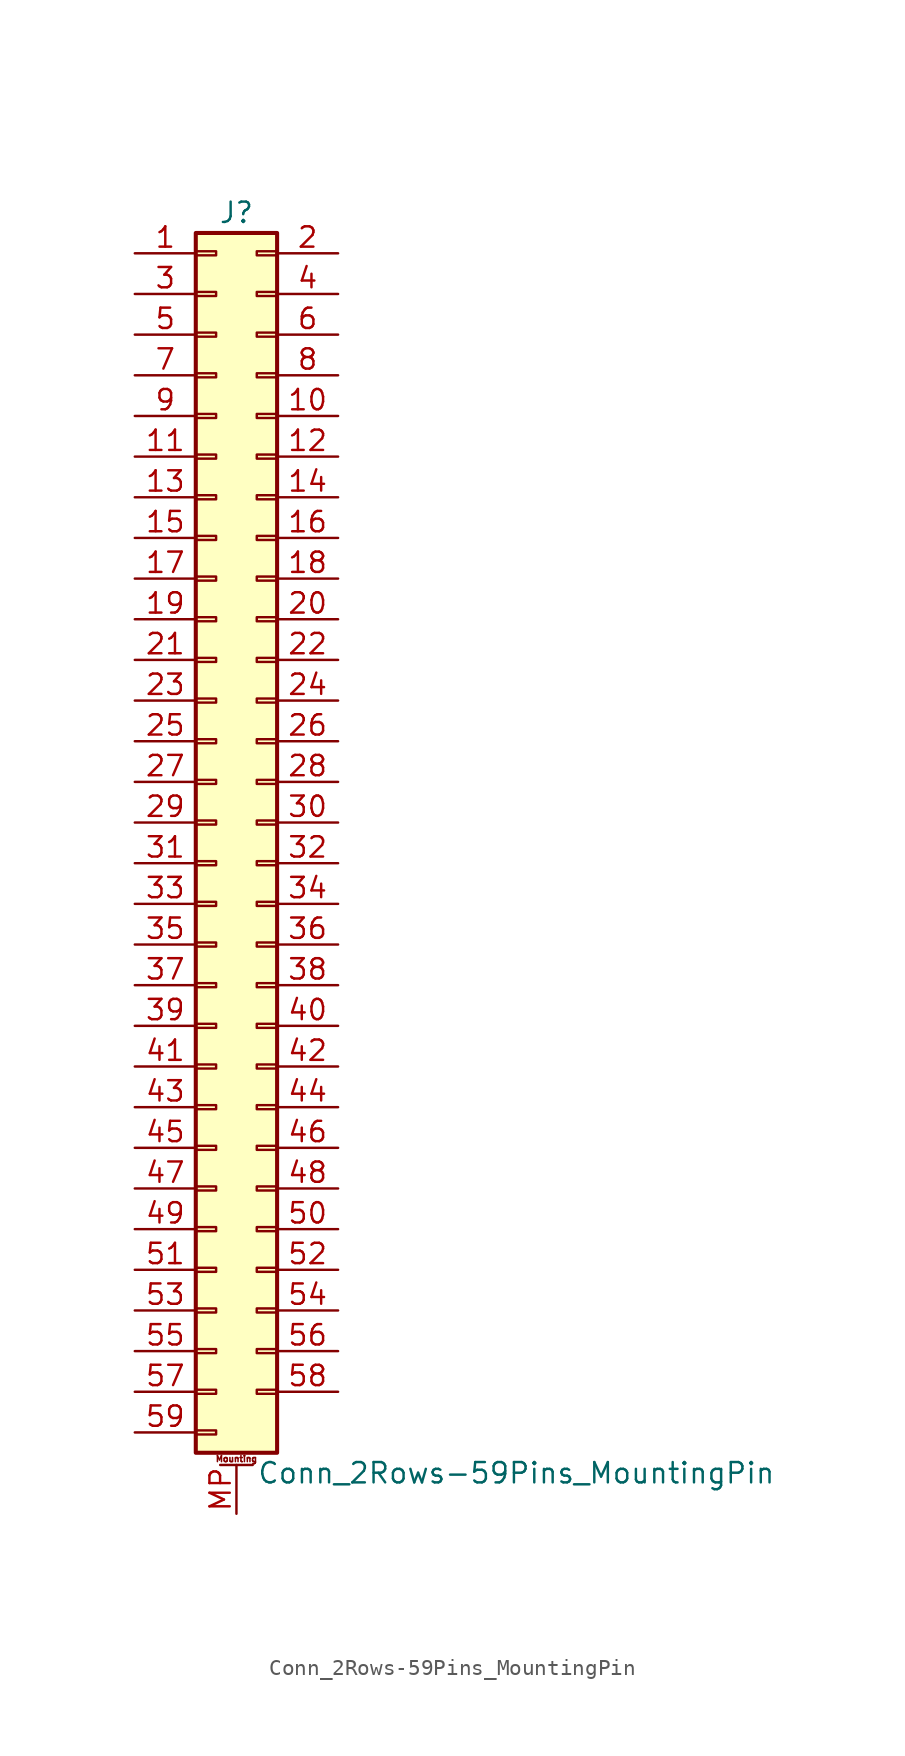
<source format=kicad_sym>
(kicad_symbol_lib
  (version 20200908)
  (generator kicad_symbol_editor)
  (symbol "Connector_Generic_MountingPin:Conn_2Rows-59Pins_MountingPin"
    (pin_names
      (offset 1.016) hide)
    (property "Reference" "J"
      (at 1.27 38.1 0)
      (effects (font (size 1.27 1.27))))
    (property "Value" "Conn_2Rows-59Pins_MountingPin"
      (at 2.54 -40.64 0)
      (effects (font (size 1.27 1.27)) (justify left)))
    (symbol "Conn_2Rows-59Pins_MountingPin_1_1"
      (text "Mounting" (at 1.27 -39.751 0) (effects (font (size 0.381 0.381))))
      (rectangle (start -1.27 -27.813) (end 0 -28.067) (stroke (width 0.152)) (fill (type none)))
      (rectangle (start -1.27 -30.353) (end 0 -30.607) (stroke (width 0.152)) (fill (type none)))
      (rectangle (start -1.27 -32.893) (end 0 -33.147) (stroke (width 0.152)) (fill (type none)))
      (rectangle (start -1.27 -35.433) (end 0 -35.687) (stroke (width 0.152)) (fill (type none)))
      (rectangle (start -1.27 -37.973) (end 0 -38.227) (stroke (width 0.152)) (fill (type none)))
      (rectangle (start -1.27 -4.953) (end 0 -5.207) (stroke (width 0.152)) (fill (type none)))
      (rectangle (start -1.27 -7.493) (end 0 -7.747) (stroke (width 0.152)) (fill (type none)))
      (rectangle (start -1.27 -10.033) (end 0 -10.287) (stroke (width 0.152)) (fill (type none)))
      (rectangle (start -1.27 -12.573) (end 0 -12.827) (stroke (width 0.152)) (fill (type none)))
      (rectangle (start -1.27 -15.113) (end 0 -15.367) (stroke (width 0.152)) (fill (type none)))
      (rectangle (start -1.27 -17.653) (end 0 -17.907) (stroke (width 0.152)) (fill (type none)))
      (rectangle (start -1.27 -20.193) (end 0 -20.447) (stroke (width 0.152)) (fill (type none)))
      (rectangle (start -1.27 -22.733) (end 0 -22.987) (stroke (width 0.152)) (fill (type none)))
      (rectangle (start -1.27 -2.413) (end 0 -2.667) (stroke (width 0.152)) (fill (type none)))
      (rectangle (start -1.27 -25.273) (end 0 -25.527) (stroke (width 0.152)) (fill (type none)))
      (rectangle (start -1.27 25.527) (end 0 25.273) (stroke (width 0.152)) (fill (type none)))
      (rectangle (start -1.27 2.667) (end 0 2.413) (stroke (width 0.152)) (fill (type none)))
      (rectangle (start -1.27 28.067) (end 0 27.813) (stroke (width 0.152)) (fill (type none)))
      (rectangle (start -1.27 30.607) (end 0 30.353) (stroke (width 0.152)) (fill (type none)))
      (rectangle (start -1.27 33.147) (end 0 32.893) (stroke (width 0.152)) (fill (type none)))
      (rectangle (start -1.27 35.687) (end 0 35.433) (stroke (width 0.152)) (fill (type none)))
      (rectangle (start -1.27 36.83) (end 3.81 -39.37) (stroke (width 0.254)) (fill (type background)))
      (rectangle (start -1.27 5.207) (end 0 4.953) (stroke (width 0.152)) (fill (type none)))
      (rectangle (start -1.27 7.747) (end 0 7.493) (stroke (width 0.152)) (fill (type none)))
      (rectangle (start -1.27 10.287) (end 0 10.033) (stroke (width 0.152)) (fill (type none)))
      (rectangle (start -1.27 0.127) (end 0 -0.127) (stroke (width 0.152)) (fill (type none)))
      (rectangle (start -1.27 12.827) (end 0 12.573) (stroke (width 0.152)) (fill (type none)))
      (rectangle (start -1.27 15.367) (end 0 15.113) (stroke (width 0.152)) (fill (type none)))
      (rectangle (start -1.27 17.907) (end 0 17.653) (stroke (width 0.152)) (fill (type none)))
      (rectangle (start -1.27 20.447) (end 0 20.193) (stroke (width 0.152)) (fill (type none)))
      (rectangle (start -1.27 22.987) (end 0 22.733) (stroke (width 0.152)) (fill (type none)))
      (rectangle (start 3.81 -27.813) (end 2.54 -28.067) (stroke (width 0.152)) (fill (type none)))
      (rectangle (start 3.81 -30.353) (end 2.54 -30.607) (stroke (width 0.152)) (fill (type none)))
      (rectangle (start 3.81 -32.893) (end 2.54 -33.147) (stroke (width 0.152)) (fill (type none)))
      (rectangle (start 3.81 -35.433) (end 2.54 -35.687) (stroke (width 0.152)) (fill (type none)))
      (rectangle (start 3.81 -4.953) (end 2.54 -5.207) (stroke (width 0.152)) (fill (type none)))
      (rectangle (start 3.81 -7.493) (end 2.54 -7.747) (stroke (width 0.152)) (fill (type none)))
      (rectangle (start 3.81 -10.033) (end 2.54 -10.287) (stroke (width 0.152)) (fill (type none)))
      (rectangle (start 3.81 -12.573) (end 2.54 -12.827) (stroke (width 0.152)) (fill (type none)))
      (rectangle (start 3.81 -15.113) (end 2.54 -15.367) (stroke (width 0.152)) (fill (type none)))
      (rectangle (start 3.81 -17.653) (end 2.54 -17.907) (stroke (width 0.152)) (fill (type none)))
      (rectangle (start 3.81 -20.193) (end 2.54 -20.447) (stroke (width 0.152)) (fill (type none)))
      (rectangle (start 3.81 -22.733) (end 2.54 -22.987) (stroke (width 0.152)) (fill (type none)))
      (rectangle (start 3.81 -2.413) (end 2.54 -2.667) (stroke (width 0.152)) (fill (type none)))
      (rectangle (start 3.81 -25.273) (end 2.54 -25.527) (stroke (width 0.152)) (fill (type none)))
      (rectangle (start 3.81 25.527) (end 2.54 25.273) (stroke (width 0.152)) (fill (type none)))
      (rectangle (start 3.81 2.667) (end 2.54 2.413) (stroke (width 0.152)) (fill (type none)))
      (rectangle (start 3.81 28.067) (end 2.54 27.813) (stroke (width 0.152)) (fill (type none)))
      (rectangle (start 3.81 30.607) (end 2.54 30.353) (stroke (width 0.152)) (fill (type none)))
      (rectangle (start 3.81 33.147) (end 2.54 32.893) (stroke (width 0.152)) (fill (type none)))
      (rectangle (start 3.81 35.687) (end 2.54 35.433) (stroke (width 0.152)) (fill (type none)))
      (rectangle (start 3.81 5.207) (end 2.54 4.953) (stroke (width 0.152)) (fill (type none)))
      (rectangle (start 3.81 7.747) (end 2.54 7.493) (stroke (width 0.152)) (fill (type none)))
      (rectangle (start 3.81 10.287) (end 2.54 10.033) (stroke (width 0.152)) (fill (type none)))
      (rectangle (start 3.81 0.127) (end 2.54 -0.127) (stroke (width 0.152)) (fill (type none)))
      (rectangle (start 3.81 12.827) (end 2.54 12.573) (stroke (width 0.152)) (fill (type none)))
      (rectangle (start 3.81 15.367) (end 2.54 15.113) (stroke (width 0.152)) (fill (type none)))
      (rectangle (start 3.81 17.907) (end 2.54 17.653) (stroke (width 0.152)) (fill (type none)))
      (rectangle (start 3.81 20.447) (end 2.54 20.193) (stroke (width 0.152)) (fill (type none)))
      (rectangle (start 3.81 22.987) (end 2.54 22.733) (stroke (width 0.152)) (fill (type none)))
      (polyline (pts (xy 0.254 -40.132) (xy 2.286 -40.132)) (stroke (width 0.152)) (fill (type none)))
      (pin passive line (at 1.27 -43.18 90) (length 3.048) (name "MountPin" (effects (font (size 1.27 1.27)))) (number "MP" (effects (font (size 1.27 1.27)))))
      (pin passive line (at -5.08 35.56 0) (length 3.81) (name "Pin_1" (effects (font (size 1.27 1.27)))) (number "1" (effects (font (size 1.27 1.27)))))
      (pin passive line (at 7.62 25.4 180) (length 3.81) (name "Pin_10" (effects (font (size 1.27 1.27)))) (number "10" (effects (font (size 1.27 1.27)))))
      (pin passive line (at -5.08 22.86 0) (length 3.81) (name "Pin_11" (effects (font (size 1.27 1.27)))) (number "11" (effects (font (size 1.27 1.27)))))
      (pin passive line (at 7.62 22.86 180) (length 3.81) (name "Pin_12" (effects (font (size 1.27 1.27)))) (number "12" (effects (font (size 1.27 1.27)))))
      (pin passive line (at -5.08 20.32 0) (length 3.81) (name "Pin_13" (effects (font (size 1.27 1.27)))) (number "13" (effects (font (size 1.27 1.27)))))
      (pin passive line (at 7.62 20.32 180) (length 3.81) (name "Pin_14" (effects (font (size 1.27 1.27)))) (number "14" (effects (font (size 1.27 1.27)))))
      (pin passive line (at -5.08 17.78 0) (length 3.81) (name "Pin_15" (effects (font (size 1.27 1.27)))) (number "15" (effects (font (size 1.27 1.27)))))
      (pin passive line (at 7.62 17.78 180) (length 3.81) (name "Pin_16" (effects (font (size 1.27 1.27)))) (number "16" (effects (font (size 1.27 1.27)))))
      (pin passive line (at -5.08 15.24 0) (length 3.81) (name "Pin_17" (effects (font (size 1.27 1.27)))) (number "17" (effects (font (size 1.27 1.27)))))
      (pin passive line (at 7.62 15.24 180) (length 3.81) (name "Pin_18" (effects (font (size 1.27 1.27)))) (number "18" (effects (font (size 1.27 1.27)))))
      (pin passive line (at -5.08 12.7 0) (length 3.81) (name "Pin_19" (effects (font (size 1.27 1.27)))) (number "19" (effects (font (size 1.27 1.27)))))
      (pin passive line (at 7.62 35.56 180) (length 3.81) (name "Pin_2" (effects (font (size 1.27 1.27)))) (number "2" (effects (font (size 1.27 1.27)))))
      (pin passive line (at 7.62 12.7 180) (length 3.81) (name "Pin_20" (effects (font (size 1.27 1.27)))) (number "20" (effects (font (size 1.27 1.27)))))
      (pin passive line (at -5.08 10.16 0) (length 3.81) (name "Pin_21" (effects (font (size 1.27 1.27)))) (number "21" (effects (font (size 1.27 1.27)))))
      (pin passive line (at 7.62 10.16 180) (length 3.81) (name "Pin_22" (effects (font (size 1.27 1.27)))) (number "22" (effects (font (size 1.27 1.27)))))
      (pin passive line (at -5.08 7.62 0) (length 3.81) (name "Pin_23" (effects (font (size 1.27 1.27)))) (number "23" (effects (font (size 1.27 1.27)))))
      (pin passive line (at 7.62 7.62 180) (length 3.81) (name "Pin_24" (effects (font (size 1.27 1.27)))) (number "24" (effects (font (size 1.27 1.27)))))
      (pin passive line (at -5.08 5.08 0) (length 3.81) (name "Pin_25" (effects (font (size 1.27 1.27)))) (number "25" (effects (font (size 1.27 1.27)))))
      (pin passive line (at 7.62 5.08 180) (length 3.81) (name "Pin_26" (effects (font (size 1.27 1.27)))) (number "26" (effects (font (size 1.27 1.27)))))
      (pin passive line (at -5.08 2.54 0) (length 3.81) (name "Pin_27" (effects (font (size 1.27 1.27)))) (number "27" (effects (font (size 1.27 1.27)))))
      (pin passive line (at 7.62 2.54 180) (length 3.81) (name "Pin_28" (effects (font (size 1.27 1.27)))) (number "28" (effects (font (size 1.27 1.27)))))
      (pin passive line (at -5.08 0 0) (length 3.81) (name "Pin_29" (effects (font (size 1.27 1.27)))) (number "29" (effects (font (size 1.27 1.27)))))
      (pin passive line (at -5.08 33.02 0) (length 3.81) (name "Pin_3" (effects (font (size 1.27 1.27)))) (number "3" (effects (font (size 1.27 1.27)))))
      (pin passive line (at 7.62 0 180) (length 3.81) (name "Pin_30" (effects (font (size 1.27 1.27)))) (number "30" (effects (font (size 1.27 1.27)))))
      (pin passive line (at -5.08 -2.54 0) (length 3.81) (name "Pin_31" (effects (font (size 1.27 1.27)))) (number "31" (effects (font (size 1.27 1.27)))))
      (pin passive line (at 7.62 -2.54 180) (length 3.81) (name "Pin_32" (effects (font (size 1.27 1.27)))) (number "32" (effects (font (size 1.27 1.27)))))
      (pin passive line (at -5.08 -5.08 0) (length 3.81) (name "Pin_33" (effects (font (size 1.27 1.27)))) (number "33" (effects (font (size 1.27 1.27)))))
      (pin passive line (at 7.62 -5.08 180) (length 3.81) (name "Pin_34" (effects (font (size 1.27 1.27)))) (number "34" (effects (font (size 1.27 1.27)))))
      (pin passive line (at -5.08 -7.62 0) (length 3.81) (name "Pin_35" (effects (font (size 1.27 1.27)))) (number "35" (effects (font (size 1.27 1.27)))))
      (pin passive line (at 7.62 -7.62 180) (length 3.81) (name "Pin_36" (effects (font (size 1.27 1.27)))) (number "36" (effects (font (size 1.27 1.27)))))
      (pin passive line (at -5.08 -10.16 0) (length 3.81) (name "Pin_37" (effects (font (size 1.27 1.27)))) (number "37" (effects (font (size 1.27 1.27)))))
      (pin passive line (at 7.62 -10.16 180) (length 3.81) (name "Pin_38" (effects (font (size 1.27 1.27)))) (number "38" (effects (font (size 1.27 1.27)))))
      (pin passive line (at -5.08 -12.7 0) (length 3.81) (name "Pin_39" (effects (font (size 1.27 1.27)))) (number "39" (effects (font (size 1.27 1.27)))))
      (pin passive line (at 7.62 33.02 180) (length 3.81) (name "Pin_4" (effects (font (size 1.27 1.27)))) (number "4" (effects (font (size 1.27 1.27)))))
      (pin passive line (at 7.62 -12.7 180) (length 3.81) (name "Pin_40" (effects (font (size 1.27 1.27)))) (number "40" (effects (font (size 1.27 1.27)))))
      (pin passive line (at -5.08 -15.24 0) (length 3.81) (name "Pin_41" (effects (font (size 1.27 1.27)))) (number "41" (effects (font (size 1.27 1.27)))))
      (pin passive line (at 7.62 -15.24 180) (length 3.81) (name "Pin_42" (effects (font (size 1.27 1.27)))) (number "42" (effects (font (size 1.27 1.27)))))
      (pin passive line (at -5.08 -17.78 0) (length 3.81) (name "Pin_43" (effects (font (size 1.27 1.27)))) (number "43" (effects (font (size 1.27 1.27)))))
      (pin passive line (at 7.62 -17.78 180) (length 3.81) (name "Pin_44" (effects (font (size 1.27 1.27)))) (number "44" (effects (font (size 1.27 1.27)))))
      (pin passive line (at -5.08 -20.32 0) (length 3.81) (name "Pin_45" (effects (font (size 1.27 1.27)))) (number "45" (effects (font (size 1.27 1.27)))))
      (pin passive line (at 7.62 -20.32 180) (length 3.81) (name "Pin_46" (effects (font (size 1.27 1.27)))) (number "46" (effects (font (size 1.27 1.27)))))
      (pin passive line (at -5.08 -22.86 0) (length 3.81) (name "Pin_47" (effects (font (size 1.27 1.27)))) (number "47" (effects (font (size 1.27 1.27)))))
      (pin passive line (at 7.62 -22.86 180) (length 3.81) (name "Pin_48" (effects (font (size 1.27 1.27)))) (number "48" (effects (font (size 1.27 1.27)))))
      (pin passive line (at -5.08 -25.4 0) (length 3.81) (name "Pin_49" (effects (font (size 1.27 1.27)))) (number "49" (effects (font (size 1.27 1.27)))))
      (pin passive line (at -5.08 30.48 0) (length 3.81) (name "Pin_5" (effects (font (size 1.27 1.27)))) (number "5" (effects (font (size 1.27 1.27)))))
      (pin passive line (at 7.62 -25.4 180) (length 3.81) (name "Pin_50" (effects (font (size 1.27 1.27)))) (number "50" (effects (font (size 1.27 1.27)))))
      (pin passive line (at -5.08 -27.94 0) (length 3.81) (name "Pin_51" (effects (font (size 1.27 1.27)))) (number "51" (effects (font (size 1.27 1.27)))))
      (pin passive line (at 7.62 -27.94 180) (length 3.81) (name "Pin_52" (effects (font (size 1.27 1.27)))) (number "52" (effects (font (size 1.27 1.27)))))
      (pin passive line (at -5.08 -30.48 0) (length 3.81) (name "Pin_53" (effects (font (size 1.27 1.27)))) (number "53" (effects (font (size 1.27 1.27)))))
      (pin passive line (at 7.62 -30.48 180) (length 3.81) (name "Pin_54" (effects (font (size 1.27 1.27)))) (number "54" (effects (font (size 1.27 1.27)))))
      (pin passive line (at -5.08 -33.02 0) (length 3.81) (name "Pin_55" (effects (font (size 1.27 1.27)))) (number "55" (effects (font (size 1.27 1.27)))))
      (pin passive line (at 7.62 -33.02 180) (length 3.81) (name "Pin_56" (effects (font (size 1.27 1.27)))) (number "56" (effects (font (size 1.27 1.27)))))
      (pin passive line (at -5.08 -35.56 0) (length 3.81) (name "Pin_57" (effects (font (size 1.27 1.27)))) (number "57" (effects (font (size 1.27 1.27)))))
      (pin passive line (at 7.62 -35.56 180) (length 3.81) (name "Pin_58" (effects (font (size 1.27 1.27)))) (number "58" (effects (font (size 1.27 1.27)))))
      (pin passive line (at -5.08 -38.1 0) (length 3.81) (name "Pin_59" (effects (font (size 1.27 1.27)))) (number "59" (effects (font (size 1.27 1.27)))))
      (pin passive line (at 7.62 30.48 180) (length 3.81) (name "Pin_6" (effects (font (size 1.27 1.27)))) (number "6" (effects (font (size 1.27 1.27)))))
      (pin passive line (at -5.08 27.94 0) (length 3.81) (name "Pin_7" (effects (font (size 1.27 1.27)))) (number "7" (effects (font (size 1.27 1.27)))))
      (pin passive line (at 7.62 27.94 180) (length 3.81) (name "Pin_8" (effects (font (size 1.27 1.27)))) (number "8" (effects (font (size 1.27 1.27)))))
      (pin passive line (at -5.08 25.4 0) (length 3.81) (name "Pin_9" (effects (font (size 1.27 1.27)))) (number "9" (effects (font (size 1.27 1.27))))))))
</source>
